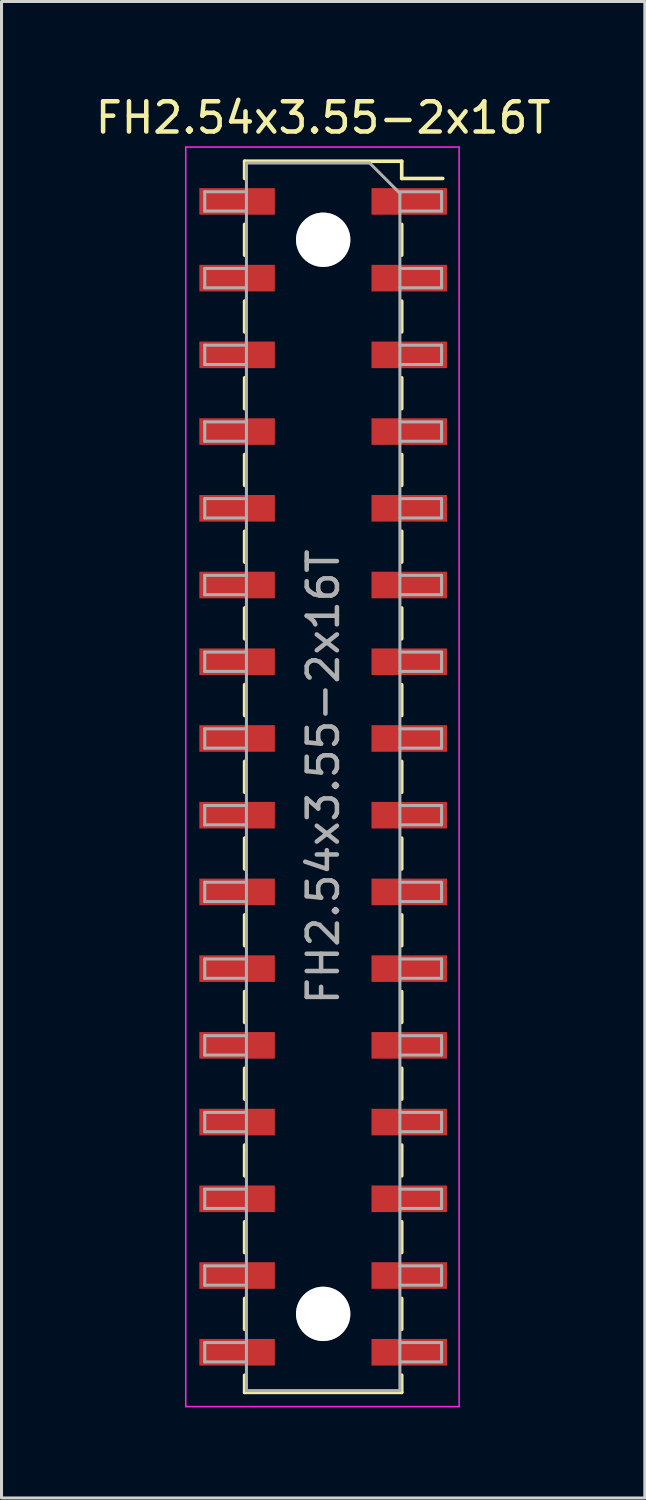
<source format=kicad_pcb>
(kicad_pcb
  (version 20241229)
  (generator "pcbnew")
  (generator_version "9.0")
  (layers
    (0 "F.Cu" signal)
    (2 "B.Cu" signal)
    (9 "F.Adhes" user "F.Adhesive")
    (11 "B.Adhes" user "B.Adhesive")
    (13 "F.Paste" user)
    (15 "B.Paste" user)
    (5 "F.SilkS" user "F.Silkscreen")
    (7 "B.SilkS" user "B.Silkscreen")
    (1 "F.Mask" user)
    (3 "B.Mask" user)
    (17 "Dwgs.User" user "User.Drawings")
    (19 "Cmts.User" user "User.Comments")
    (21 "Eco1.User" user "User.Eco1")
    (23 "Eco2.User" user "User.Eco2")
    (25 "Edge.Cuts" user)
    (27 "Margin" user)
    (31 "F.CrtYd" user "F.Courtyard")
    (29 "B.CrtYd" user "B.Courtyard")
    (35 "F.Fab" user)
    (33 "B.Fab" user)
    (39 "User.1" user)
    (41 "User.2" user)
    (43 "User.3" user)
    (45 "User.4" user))
  (footprint "FH2.54x3.55-2x16T"
    (layer "F.Cu")
    (at 7.649 22.668)
    (property "Reference" "FH2.54x3.55-2x16T" (at 0 -21.82 0) (layer "F.SilkS") (effects (font (size 1 1) (thickness 0.15))))
    (attr smd)
    (fp_line (start -2.6 -20.38) (end -2.6 -19.81) (stroke (width 0.12) (type solid)) (layer "F.SilkS"))
    (fp_line (start -2.6 -20.38) (end 2.6 -20.38) (stroke (width 0.12) (type solid)) (layer "F.SilkS"))
    (fp_line (start -2.6 -18.29) (end -2.6 -17.27) (stroke (width 0.12) (type solid)) (layer "F.SilkS"))
    (fp_line (start -2.6 -15.75) (end -2.6 -14.73) (stroke (width 0.12) (type solid)) (layer "F.SilkS"))
    (fp_line (start -2.6 -13.21) (end -2.6 -12.19) (stroke (width 0.12) (type solid)) (layer "F.SilkS"))
    (fp_line (start -2.6 -10.67) (end -2.6 -9.65) (stroke (width 0.12) (type solid)) (layer "F.SilkS"))
    (fp_line (start -2.6 -8.13) (end -2.6 -7.11) (stroke (width 0.12) (type solid)) (layer "F.SilkS"))
    (fp_line (start -2.6 -5.59) (end -2.6 -4.57) (stroke (width 0.12) (type solid)) (layer "F.SilkS"))
    (fp_line (start -2.6 -3.05) (end -2.6 -2.03) (stroke (width 0.12) (type solid)) (layer "F.SilkS"))
    (fp_line (start -2.6 -0.51) (end -2.6 0.51) (stroke (width 0.12) (type solid)) (layer "F.SilkS"))
    (fp_line (start -2.6 2.03) (end -2.6 3.05) (stroke (width 0.12) (type solid)) (layer "F.SilkS"))
    (fp_line (start -2.6 4.57) (end -2.6 5.59) (stroke (width 0.12) (type solid)) (layer "F.SilkS"))
    (fp_line (start -2.6 7.11) (end -2.6 8.13) (stroke (width 0.12) (type solid)) (layer "F.SilkS"))
    (fp_line (start -2.6 9.65) (end -2.6 10.67) (stroke (width 0.12) (type solid)) (layer "F.SilkS"))
    (fp_line (start -2.6 12.19) (end -2.6 13.21) (stroke (width 0.12) (type solid)) (layer "F.SilkS"))
    (fp_line (start -2.6 14.73) (end -2.6 15.75) (stroke (width 0.12) (type solid)) (layer "F.SilkS"))
    (fp_line (start -2.6 17.27) (end -2.6 18.29) (stroke (width 0.12) (type solid)) (layer "F.SilkS"))
    (fp_line (start -2.6 19.81) (end -2.6 20.38) (stroke (width 0.12) (type solid)) (layer "F.SilkS"))
    (fp_line (start -2.6 20.38) (end 2.6 20.38) (stroke (width 0.12) (type solid)) (layer "F.SilkS"))
    (fp_line (start 2.6 -20.38) (end 2.6 -19.81) (stroke (width 0.12) (type solid)) (layer "F.SilkS"))
    (fp_line (start 2.6 -19.81) (end 3.96 -19.81) (stroke (width 0.12) (type solid)) (layer "F.SilkS"))
    (fp_line (start 2.6 -18.29) (end 2.6 -17.27) (stroke (width 0.12) (type solid)) (layer "F.SilkS"))
    (fp_line (start 2.6 -15.75) (end 2.6 -14.73) (stroke (width 0.12) (type solid)) (layer "F.SilkS"))
    (fp_line (start 2.6 -13.21) (end 2.6 -12.19) (stroke (width 0.12) (type solid)) (layer "F.SilkS"))
    (fp_line (start 2.6 -10.67) (end 2.6 -9.65) (stroke (width 0.12) (type solid)) (layer "F.SilkS"))
    (fp_line (start 2.6 -8.13) (end 2.6 -7.11) (stroke (width 0.12) (type solid)) (layer "F.SilkS"))
    (fp_line (start 2.6 -5.59) (end 2.6 -4.57) (stroke (width 0.12) (type solid)) (layer "F.SilkS"))
    (fp_line (start 2.6 -3.05) (end 2.6 -2.03) (stroke (width 0.12) (type solid)) (layer "F.SilkS"))
    (fp_line (start 2.6 -0.51) (end 2.6 0.51) (stroke (width 0.12) (type solid)) (layer "F.SilkS"))
    (fp_line (start 2.6 2.03) (end 2.6 3.05) (stroke (width 0.12) (type solid)) (layer "F.SilkS"))
    (fp_line (start 2.6 4.57) (end 2.6 5.59) (stroke (width 0.12) (type solid)) (layer "F.SilkS"))
    (fp_line (start 2.6 7.11) (end 2.6 8.13) (stroke (width 0.12) (type solid)) (layer "F.SilkS"))
    (fp_line (start 2.6 9.65) (end 2.6 10.67) (stroke (width 0.12) (type solid)) (layer "F.SilkS"))
    (fp_line (start 2.6 12.19) (end 2.6 13.21) (stroke (width 0.12) (type solid)) (layer "F.SilkS"))
    (fp_line (start 2.6 14.73) (end 2.6 15.75) (stroke (width 0.12) (type solid)) (layer "F.SilkS"))
    (fp_line (start 2.6 17.27) (end 2.6 18.29) (stroke (width 0.12) (type solid)) (layer "F.SilkS"))
    (fp_line (start 2.6 19.81) (end 2.6 20.38) (stroke (width 0.12) (type solid)) (layer "F.SilkS"))
    (fp_line (start -4.55 -20.85) (end 4.5 -20.85) (stroke (width 0.05) (type solid)) (layer "F.CrtYd"))
    (fp_line (start -4.55 20.85) (end -4.55 -20.85) (stroke (width 0.05) (type solid)) (layer "F.CrtYd"))
    (fp_line (start 4.5 -20.85) (end 4.5 20.85) (stroke (width 0.05) (type solid)) (layer "F.CrtYd"))
    (fp_line (start 4.5 20.85) (end -4.55 20.85) (stroke (width 0.05) (type solid)) (layer "F.CrtYd"))
    (fp_line (start -3.92 -19.37) (end -2.54 -19.37) (stroke (width 0.1) (type solid)) (layer "F.Fab"))
    (fp_line (start -3.92 -18.73) (end -3.92 -19.37) (stroke (width 0.1) (type solid)) (layer "F.Fab"))
    (fp_line (start -3.92 -16.83) (end -2.54 -16.83) (stroke (width 0.1) (type solid)) (layer "F.Fab"))
    (fp_line (start -3.92 -16.19) (end -3.92 -16.83) (stroke (width 0.1) (type solid)) (layer "F.Fab"))
    (fp_line (start -3.92 -14.29) (end -2.54 -14.29) (stroke (width 0.1) (type solid)) (layer "F.Fab"))
    (fp_line (start -3.92 -13.65) (end -3.92 -14.29) (stroke (width 0.1) (type solid)) (layer "F.Fab"))
    (fp_line (start -3.92 -11.75) (end -2.54 -11.75) (stroke (width 0.1) (type solid)) (layer "F.Fab"))
    (fp_line (start -3.92 -11.11) (end -3.92 -11.75) (stroke (width 0.1) (type solid)) (layer "F.Fab"))
    (fp_line (start -3.92 -9.21) (end -2.54 -9.21) (stroke (width 0.1) (type solid)) (layer "F.Fab"))
    (fp_line (start -3.92 -8.57) (end -3.92 -9.21) (stroke (width 0.1) (type solid)) (layer "F.Fab"))
    (fp_line (start -3.92 -6.67) (end -2.54 -6.67) (stroke (width 0.1) (type solid)) (layer "F.Fab"))
    (fp_line (start -3.92 -6.03) (end -3.92 -6.67) (stroke (width 0.1) (type solid)) (layer "F.Fab"))
    (fp_line (start -3.92 -4.13) (end -2.54 -4.13) (stroke (width 0.1) (type solid)) (layer "F.Fab"))
    (fp_line (start -3.92 -3.49) (end -3.92 -4.13) (stroke (width 0.1) (type solid)) (layer "F.Fab"))
    (fp_line (start -3.92 -1.59) (end -2.54 -1.59) (stroke (width 0.1) (type solid)) (layer "F.Fab"))
    (fp_line (start -3.92 -0.95) (end -3.92 -1.59) (stroke (width 0.1) (type solid)) (layer "F.Fab"))
    (fp_line (start -3.92 0.95) (end -2.54 0.95) (stroke (width 0.1) (type solid)) (layer "F.Fab"))
    (fp_line (start -3.92 1.59) (end -3.92 0.95) (stroke (width 0.1) (type solid)) (layer "F.Fab"))
    (fp_line (start -3.92 3.49) (end -2.54 3.49) (stroke (width 0.1) (type solid)) (layer "F.Fab"))
    (fp_line (start -3.92 4.13) (end -3.92 3.49) (stroke (width 0.1) (type solid)) (layer "F.Fab"))
    (fp_line (start -3.92 6.03) (end -2.54 6.03) (stroke (width 0.1) (type solid)) (layer "F.Fab"))
    (fp_line (start -3.92 6.67) (end -3.92 6.03) (stroke (width 0.1) (type solid)) (layer "F.Fab"))
    (fp_line (start -3.92 8.57) (end -2.54 8.57) (stroke (width 0.1) (type solid)) (layer "F.Fab"))
    (fp_line (start -3.92 9.21) (end -3.92 8.57) (stroke (width 0.1) (type solid)) (layer "F.Fab"))
    (fp_line (start -3.92 11.11) (end -2.54 11.11) (stroke (width 0.1) (type solid)) (layer "F.Fab"))
    (fp_line (start -3.92 11.75) (end -3.92 11.11) (stroke (width 0.1) (type solid)) (layer "F.Fab"))
    (fp_line (start -3.92 13.65) (end -2.54 13.65) (stroke (width 0.1) (type solid)) (layer "F.Fab"))
    (fp_line (start -3.92 14.29) (end -3.92 13.65) (stroke (width 0.1) (type solid)) (layer "F.Fab"))
    (fp_line (start -3.92 16.19) (end -2.54 16.19) (stroke (width 0.1) (type solid)) (layer "F.Fab"))
    (fp_line (start -3.92 16.83) (end -3.92 16.19) (stroke (width 0.1) (type solid)) (layer "F.Fab"))
    (fp_line (start -3.92 18.73) (end -2.54 18.73) (stroke (width 0.1) (type solid)) (layer "F.Fab"))
    (fp_line (start -3.92 19.37) (end -3.92 18.73) (stroke (width 0.1) (type solid)) (layer "F.Fab"))
    (fp_line (start -2.54 -20.32) (end 1.54 -20.32) (stroke (width 0.1) (type solid)) (layer "F.Fab"))
    (fp_line (start -2.54 -18.73) (end -3.92 -18.73) (stroke (width 0.1) (type solid)) (layer "F.Fab"))
    (fp_line (start -2.54 -16.19) (end -3.92 -16.19) (stroke (width 0.1) (type solid)) (layer "F.Fab"))
    (fp_line (start -2.54 -13.65) (end -3.92 -13.65) (stroke (width 0.1) (type solid)) (layer "F.Fab"))
    (fp_line (start -2.54 -11.11) (end -3.92 -11.11) (stroke (width 0.1) (type solid)) (layer "F.Fab"))
    (fp_line (start -2.54 -8.57) (end -3.92 -8.57) (stroke (width 0.1) (type solid)) (layer "F.Fab"))
    (fp_line (start -2.54 -6.03) (end -3.92 -6.03) (stroke (width 0.1) (type solid)) (layer "F.Fab"))
    (fp_line (start -2.54 -3.49) (end -3.92 -3.49) (stroke (width 0.1) (type solid)) (layer "F.Fab"))
    (fp_line (start -2.54 -0.95) (end -3.92 -0.95) (stroke (width 0.1) (type solid)) (layer "F.Fab"))
    (fp_line (start -2.54 1.59) (end -3.92 1.59) (stroke (width 0.1) (type solid)) (layer "F.Fab"))
    (fp_line (start -2.54 4.13) (end -3.92 4.13) (stroke (width 0.1) (type solid)) (layer "F.Fab"))
    (fp_line (start -2.54 6.67) (end -3.92 6.67) (stroke (width 0.1) (type solid)) (layer "F.Fab"))
    (fp_line (start -2.54 9.21) (end -3.92 9.21) (stroke (width 0.1) (type solid)) (layer "F.Fab"))
    (fp_line (start -2.54 11.75) (end -3.92 11.75) (stroke (width 0.1) (type solid)) (layer "F.Fab"))
    (fp_line (start -2.54 14.29) (end -3.92 14.29) (stroke (width 0.1) (type solid)) (layer "F.Fab"))
    (fp_line (start -2.54 16.83) (end -3.92 16.83) (stroke (width 0.1) (type solid)) (layer "F.Fab"))
    (fp_line (start -2.54 19.37) (end -3.92 19.37) (stroke (width 0.1) (type solid)) (layer "F.Fab"))
    (fp_line (start -2.54 20.32) (end -2.54 -20.32) (stroke (width 0.1) (type solid)) (layer "F.Fab"))
    (fp_line (start 1.54 -20.32) (end 2.54 -19.32) (stroke (width 0.1) (type solid)) (layer "F.Fab"))
    (fp_line (start 2.54 -19.37) (end 3.92 -19.37) (stroke (width 0.1) (type solid)) (layer "F.Fab"))
    (fp_line (start 2.54 -19.32) (end 2.54 20.32) (stroke (width 0.1) (type solid)) (layer "F.Fab"))
    (fp_line (start 2.54 -16.83) (end 3.92 -16.83) (stroke (width 0.1) (type solid)) (layer "F.Fab"))
    (fp_line (start 2.54 -14.29) (end 3.92 -14.29) (stroke (width 0.1) (type solid)) (layer "F.Fab"))
    (fp_line (start 2.54 -11.75) (end 3.92 -11.75) (stroke (width 0.1) (type solid)) (layer "F.Fab"))
    (fp_line (start 2.54 -9.21) (end 3.92 -9.21) (stroke (width 0.1) (type solid)) (layer "F.Fab"))
    (fp_line (start 2.54 -6.67) (end 3.92 -6.67) (stroke (width 0.1) (type solid)) (layer "F.Fab"))
    (fp_line (start 2.54 -4.13) (end 3.92 -4.13) (stroke (width 0.1) (type solid)) (layer "F.Fab"))
    (fp_line (start 2.54 -1.59) (end 3.92 -1.59) (stroke (width 0.1) (type solid)) (layer "F.Fab"))
    (fp_line (start 2.54 0.95) (end 3.92 0.95) (stroke (width 0.1) (type solid)) (layer "F.Fab"))
    (fp_line (start 2.54 3.49) (end 3.92 3.49) (stroke (width 0.1) (type solid)) (layer "F.Fab"))
    (fp_line (start 2.54 6.03) (end 3.92 6.03) (stroke (width 0.1) (type solid)) (layer "F.Fab"))
    (fp_line (start 2.54 8.57) (end 3.92 8.57) (stroke (width 0.1) (type solid)) (layer "F.Fab"))
    (fp_line (start 2.54 11.11) (end 3.92 11.11) (stroke (width 0.1) (type solid)) (layer "F.Fab"))
    (fp_line (start 2.54 13.65) (end 3.92 13.65) (stroke (width 0.1) (type solid)) (layer "F.Fab"))
    (fp_line (start 2.54 16.19) (end 3.92 16.19) (stroke (width 0.1) (type solid)) (layer "F.Fab"))
    (fp_line (start 2.54 18.73) (end 3.92 18.73) (stroke (width 0.1) (type solid)) (layer "F.Fab"))
    (fp_line (start 2.54 20.32) (end -2.54 20.32) (stroke (width 0.1) (type solid)) (layer "F.Fab"))
    (fp_line (start 3.92 -19.37) (end 3.92 -18.73) (stroke (width 0.1) (type solid)) (layer "F.Fab"))
    (fp_line (start 3.92 -18.73) (end 2.54 -18.73) (stroke (width 0.1) (type solid)) (layer "F.Fab"))
    (fp_line (start 3.92 -16.83) (end 3.92 -16.19) (stroke (width 0.1) (type solid)) (layer "F.Fab"))
    (fp_line (start 3.92 -16.19) (end 2.54 -16.19) (stroke (width 0.1) (type solid)) (layer "F.Fab"))
    (fp_line (start 3.92 -14.29) (end 3.92 -13.65) (stroke (width 0.1) (type solid)) (layer "F.Fab"))
    (fp_line (start 3.92 -13.65) (end 2.54 -13.65) (stroke (width 0.1) (type solid)) (layer "F.Fab"))
    (fp_line (start 3.92 -11.75) (end 3.92 -11.11) (stroke (width 0.1) (type solid)) (layer "F.Fab"))
    (fp_line (start 3.92 -11.11) (end 2.54 -11.11) (stroke (width 0.1) (type solid)) (layer "F.Fab"))
    (fp_line (start 3.92 -9.21) (end 3.92 -8.57) (stroke (width 0.1) (type solid)) (layer "F.Fab"))
    (fp_line (start 3.92 -8.57) (end 2.54 -8.57) (stroke (width 0.1) (type solid)) (layer "F.Fab"))
    (fp_line (start 3.92 -6.67) (end 3.92 -6.03) (stroke (width 0.1) (type solid)) (layer "F.Fab"))
    (fp_line (start 3.92 -6.03) (end 2.54 -6.03) (stroke (width 0.1) (type solid)) (layer "F.Fab"))
    (fp_line (start 3.92 -4.13) (end 3.92 -3.49) (stroke (width 0.1) (type solid)) (layer "F.Fab"))
    (fp_line (start 3.92 -3.49) (end 2.54 -3.49) (stroke (width 0.1) (type solid)) (layer "F.Fab"))
    (fp_line (start 3.92 -1.59) (end 3.92 -0.95) (stroke (width 0.1) (type solid)) (layer "F.Fab"))
    (fp_line (start 3.92 -0.95) (end 2.54 -0.95) (stroke (width 0.1) (type solid)) (layer "F.Fab"))
    (fp_line (start 3.92 0.95) (end 3.92 1.59) (stroke (width 0.1) (type solid)) (layer "F.Fab"))
    (fp_line (start 3.92 1.59) (end 2.54 1.59) (stroke (width 0.1) (type solid)) (layer "F.Fab"))
    (fp_line (start 3.92 3.49) (end 3.92 4.13) (stroke (width 0.1) (type solid)) (layer "F.Fab"))
    (fp_line (start 3.92 4.13) (end 2.54 4.13) (stroke (width 0.1) (type solid)) (layer "F.Fab"))
    (fp_line (start 3.92 6.03) (end 3.92 6.67) (stroke (width 0.1) (type solid)) (layer "F.Fab"))
    (fp_line (start 3.92 6.67) (end 2.54 6.67) (stroke (width 0.1) (type solid)) (layer "F.Fab"))
    (fp_line (start 3.92 8.57) (end 3.92 9.21) (stroke (width 0.1) (type solid)) (layer "F.Fab"))
    (fp_line (start 3.92 9.21) (end 2.54 9.21) (stroke (width 0.1) (type solid)) (layer "F.Fab"))
    (fp_line (start 3.92 11.11) (end 3.92 11.75) (stroke (width 0.1) (type solid)) (layer "F.Fab"))
    (fp_line (start 3.92 11.75) (end 2.54 11.75) (stroke (width 0.1) (type solid)) (layer "F.Fab"))
    (fp_line (start 3.92 13.65) (end 3.92 14.29) (stroke (width 0.1) (type solid)) (layer "F.Fab"))
    (fp_line (start 3.92 14.29) (end 2.54 14.29) (stroke (width 0.1) (type solid)) (layer "F.Fab"))
    (fp_line (start 3.92 16.19) (end 3.92 16.83) (stroke (width 0.1) (type solid)) (layer "F.Fab"))
    (fp_line (start 3.92 16.83) (end 2.54 16.83) (stroke (width 0.1) (type solid)) (layer "F.Fab"))
    (fp_line (start 3.92 18.73) (end 3.92 19.37) (stroke (width 0.1) (type solid)) (layer "F.Fab"))
    (fp_line (start 3.92 19.37) (end 2.54 19.37) (stroke (width 0.1) (type solid)) (layer "F.Fab"))
    (fp_text user "${REFERENCE}" (at 0 0 90) (layer "F.Fab") (effects (font (size 1 1) (thickness 0.15))))
    (pad "" np_thru_hole custom (at 0 -17.78) (size 1.8 1.8) (drill 1.8) (layers "*.Cu" "*.Mask") (options (anchor circle)) (primitives))
    (pad "" np_thru_hole custom (at 0 17.78) (size 1.8 1.8) (drill 1.8) (layers "*.Cu" "*.Mask") (options (anchor circle)) (primitives))
    (pad "1" smd rect (at 2.85 -19.05) (size 2.5 0.88) (layers "F.Cu" "F.Mask" "F.Paste"))
    (pad "2" smd rect (at -2.85 -19.05) (size 2.5 0.88) (layers "F.Cu" "F.Mask" "F.Paste"))
    (pad "3" smd rect (at 2.85 -16.51) (size 2.5 0.88) (layers "F.Cu" "F.Mask" "F.Paste"))
    (pad "4" smd rect (at -2.85 -16.51) (size 2.5 0.88) (layers "F.Cu" "F.Mask" "F.Paste"))
    (pad "5" smd rect (at 2.85 -13.97) (size 2.5 0.88) (layers "F.Cu" "F.Mask" "F.Paste"))
    (pad "6" smd rect (at -2.85 -13.97) (size 2.5 0.88) (layers "F.Cu" "F.Mask" "F.Paste"))
    (pad "7" smd rect (at 2.85 -11.43) (size 2.5 0.88) (layers "F.Cu" "F.Mask" "F.Paste"))
    (pad "8" smd rect (at -2.85 -11.43) (size 2.5 0.88) (layers "F.Cu" "F.Mask" "F.Paste"))
    (pad "9" smd rect (at 2.85 -8.89) (size 2.5 0.88) (layers "F.Cu" "F.Mask" "F.Paste"))
    (pad "10" smd rect (at -2.85 -8.89) (size 2.5 0.88) (layers "F.Cu" "F.Mask" "F.Paste"))
    (pad "11" smd rect (at 2.85 -6.35) (size 2.5 0.88) (layers "F.Cu" "F.Mask" "F.Paste"))
    (pad "12" smd rect (at -2.85 -6.35) (size 2.5 0.88) (layers "F.Cu" "F.Mask" "F.Paste"))
    (pad "13" smd rect (at 2.85 -3.81) (size 2.5 0.88) (layers "F.Cu" "F.Mask" "F.Paste"))
    (pad "14" smd rect (at -2.85 -3.81) (size 2.5 0.88) (layers "F.Cu" "F.Mask" "F.Paste"))
    (pad "15" smd rect (at 2.85 -1.27) (size 2.5 0.88) (layers "F.Cu" "F.Mask" "F.Paste"))
    (pad "16" smd rect (at -2.85 -1.27) (size 2.5 0.88) (layers "F.Cu" "F.Mask" "F.Paste"))
    (pad "17" smd rect (at 2.85 1.27) (size 2.5 0.88) (layers "F.Cu" "F.Mask" "F.Paste"))
    (pad "18" smd rect (at -2.85 1.27) (size 2.5 0.88) (layers "F.Cu" "F.Mask" "F.Paste"))
    (pad "19" smd rect (at 2.85 3.81) (size 2.5 0.88) (layers "F.Cu" "F.Mask" "F.Paste"))
    (pad "20" smd rect (at -2.85 3.81) (size 2.5 0.88) (layers "F.Cu" "F.Mask" "F.Paste"))
    (pad "21" smd rect (at 2.85 6.35) (size 2.5 0.88) (layers "F.Cu" "F.Mask" "F.Paste"))
    (pad "22" smd rect (at -2.85 6.35) (size 2.5 0.88) (layers "F.Cu" "F.Mask" "F.Paste"))
    (pad "23" smd rect (at 2.85 8.89) (size 2.5 0.88) (layers "F.Cu" "F.Mask" "F.Paste"))
    (pad "24" smd rect (at -2.85 8.89) (size 2.5 0.88) (layers "F.Cu" "F.Mask" "F.Paste"))
    (pad "25" smd rect (at 2.85 11.43) (size 2.5 0.88) (layers "F.Cu" "F.Mask" "F.Paste"))
    (pad "26" smd rect (at -2.85 11.43) (size 2.5 0.88) (layers "F.Cu" "F.Mask" "F.Paste"))
    (pad "27" smd rect (at 2.85 13.97) (size 2.5 0.88) (layers "F.Cu" "F.Mask" "F.Paste"))
    (pad "28" smd rect (at -2.85 13.97) (size 2.5 0.88) (layers "F.Cu" "F.Mask" "F.Paste"))
    (pad "29" smd rect (at 2.85 16.51) (size 2.5 0.88) (layers "F.Cu" "F.Mask" "F.Paste"))
    (pad "30" smd rect (at -2.85 16.51) (size 2.5 0.88) (layers "F.Cu" "F.Mask" "F.Paste"))
    (pad "31" smd rect (at 2.85 19.05) (size 2.5 0.88) (layers "F.Cu" "F.Mask" "F.Paste"))
    (pad "32" smd rect (at -2.85 19.05) (size 2.5 0.88) (layers "F.Cu" "F.Mask" "F.Paste")))
  (gr_rect
    (start -3 -3)
    (end 18.298 46.543)
    (stroke (width 0.1) (type default))
    (fill no)
    (layer "Edge.Cuts")))
</source>
